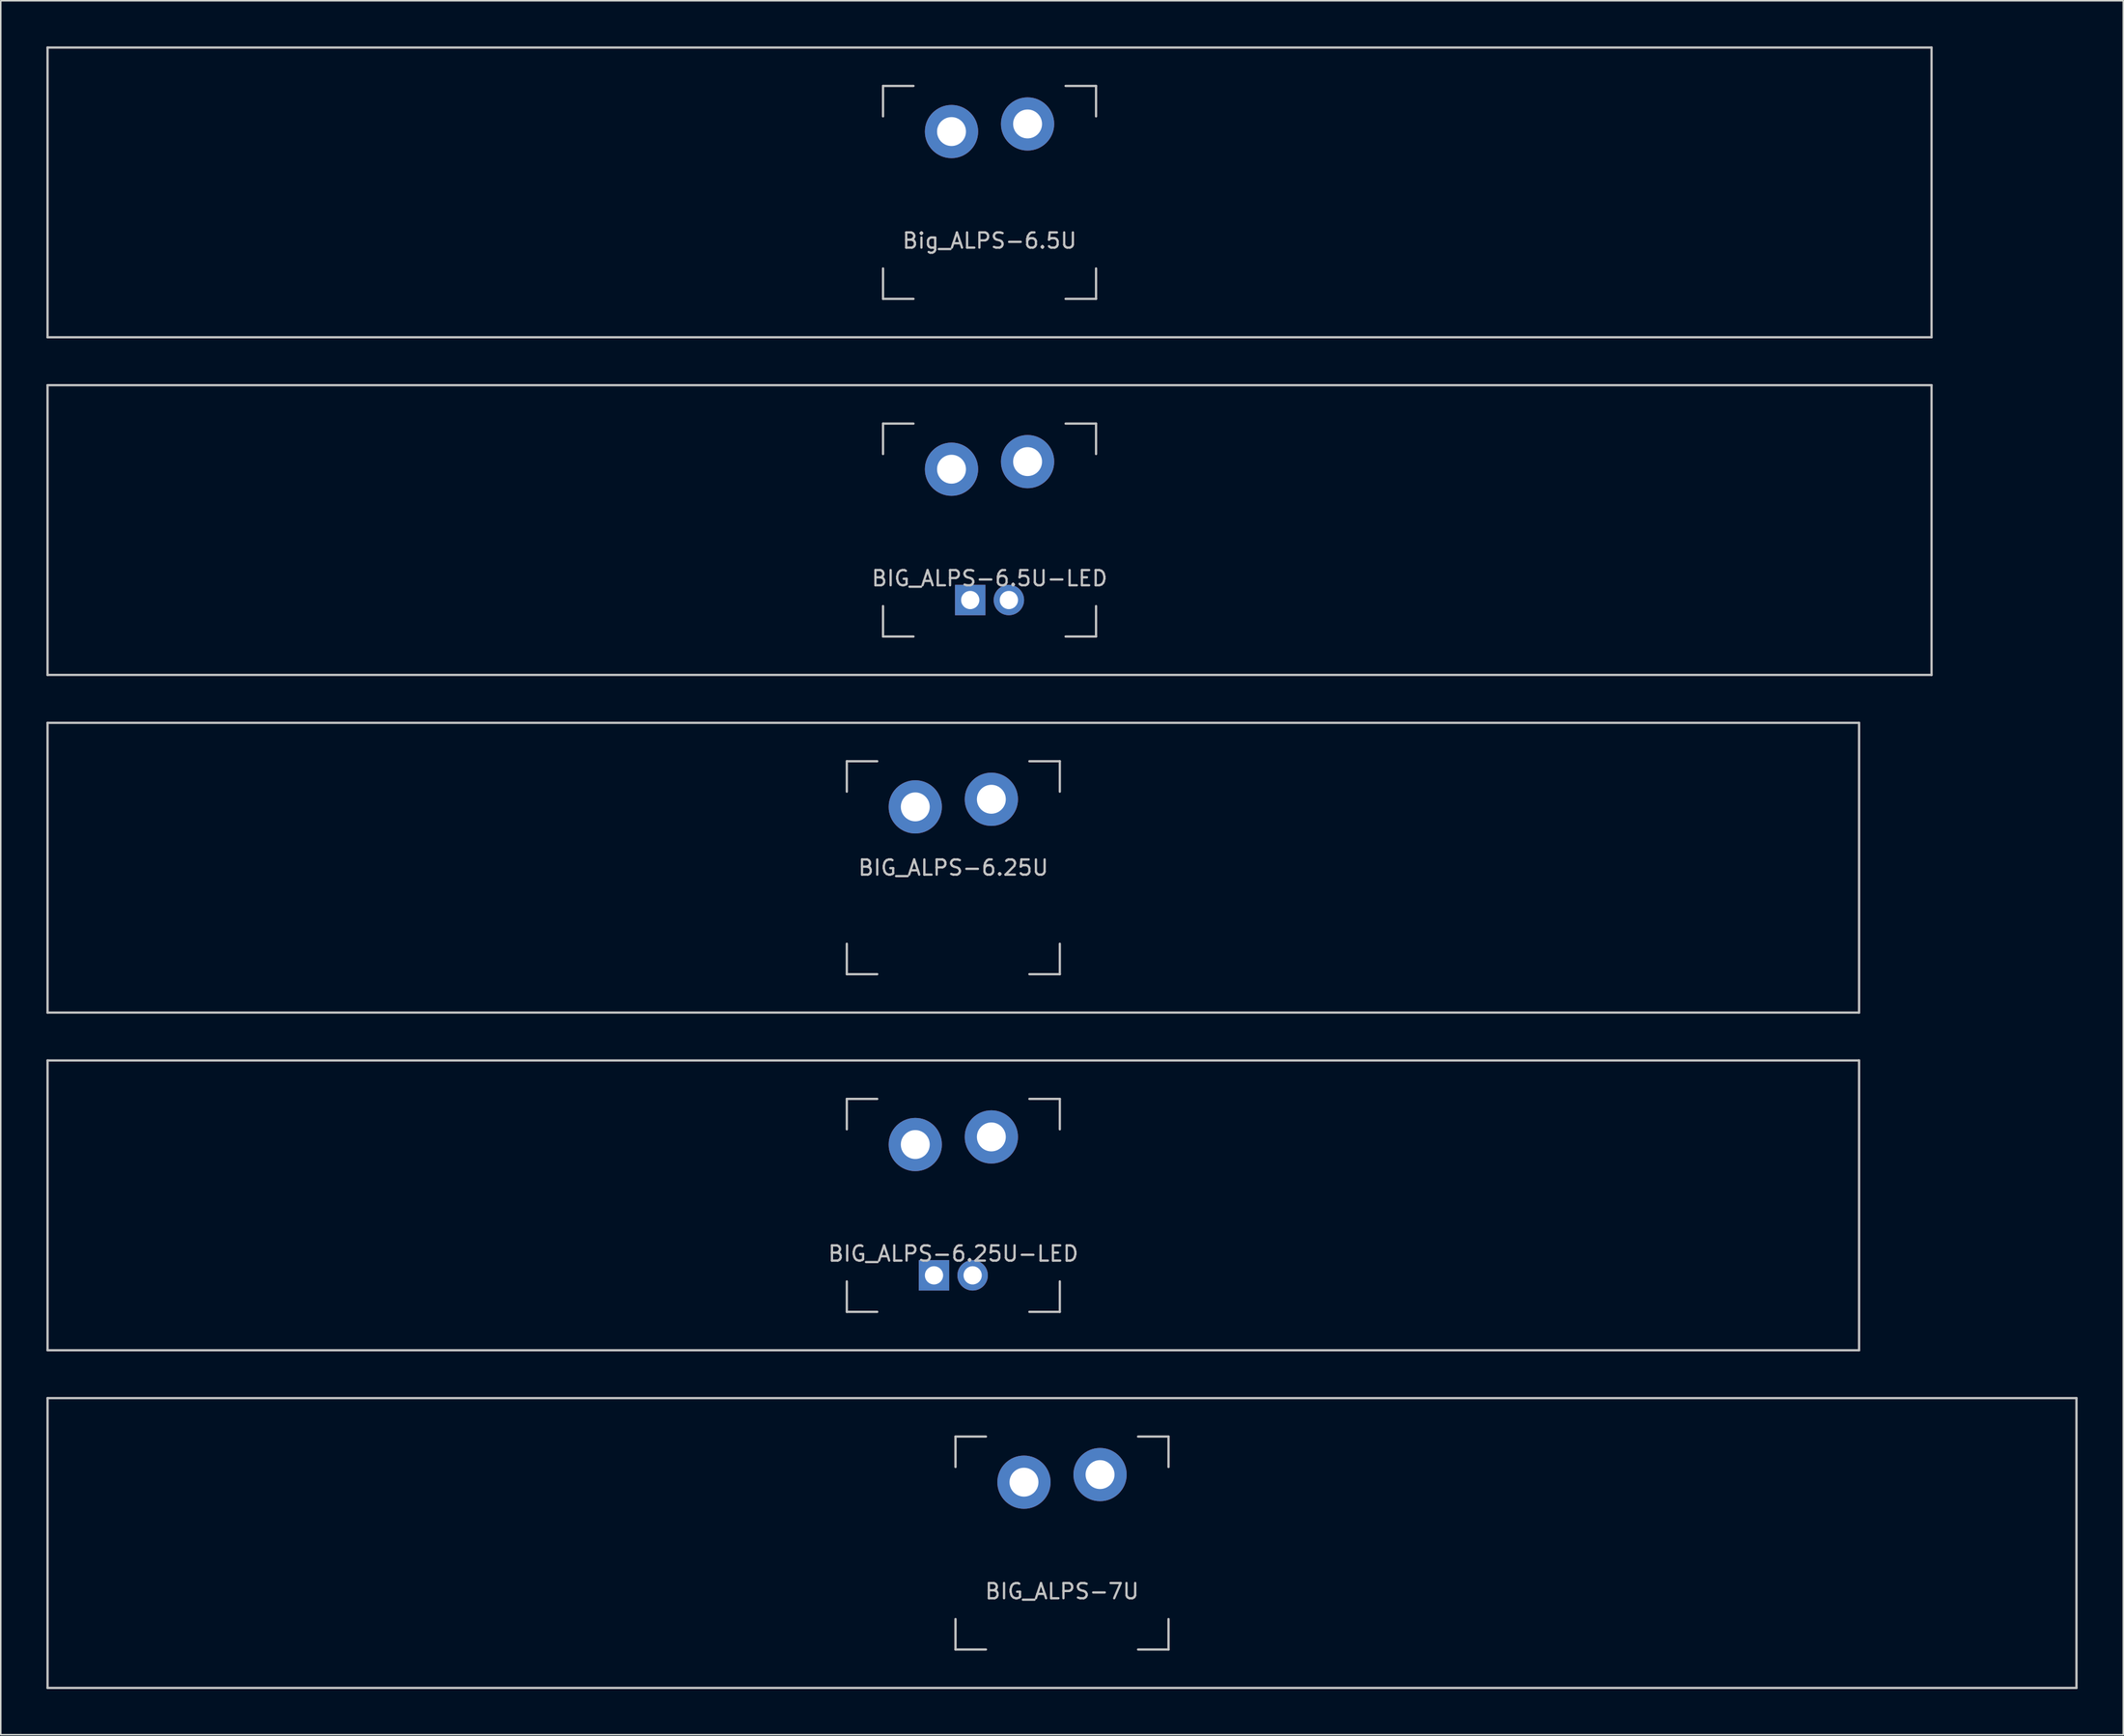
<source format=kicad_pcb>
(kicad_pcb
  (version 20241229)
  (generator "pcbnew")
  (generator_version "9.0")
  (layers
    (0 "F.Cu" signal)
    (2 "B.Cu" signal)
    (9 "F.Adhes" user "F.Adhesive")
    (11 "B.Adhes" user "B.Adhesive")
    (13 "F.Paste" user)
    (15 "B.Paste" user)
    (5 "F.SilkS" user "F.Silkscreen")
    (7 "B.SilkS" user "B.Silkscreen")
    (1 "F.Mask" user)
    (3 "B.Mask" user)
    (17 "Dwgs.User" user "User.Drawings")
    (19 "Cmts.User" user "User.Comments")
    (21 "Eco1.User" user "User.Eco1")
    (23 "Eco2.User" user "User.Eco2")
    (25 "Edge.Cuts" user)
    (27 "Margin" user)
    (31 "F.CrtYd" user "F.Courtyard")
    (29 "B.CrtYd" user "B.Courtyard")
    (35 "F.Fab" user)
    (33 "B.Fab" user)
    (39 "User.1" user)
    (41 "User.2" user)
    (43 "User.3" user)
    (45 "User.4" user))
  (footprint "BIG_ALPS-7U"
    (layer "F.Cu")
    (at 66.75 98.4)
    (property "Reference" "BIG_ALPS-7U" (at 0 3.175 0) (layer "Dwgs.User") (effects (font (size 1 1) (thickness 0.15))))
    (attr through_hole)
    (fp_line (start -66.675 -9.525) (end 66.675 -9.525) (stroke (width 0.15) (type solid)) (layer "Dwgs.User"))
    (fp_line (start -66.675 9.525) (end -66.675 -9.525) (stroke (width 0.15) (type solid)) (layer "Dwgs.User"))
    (fp_line (start -66.675 9.525) (end 66.675 9.525) (stroke (width 0.15) (type solid)) (layer "Dwgs.User"))
    (fp_line (start -7 -7) (end -7 -5) (stroke (width 0.15) (type solid)) (layer "Dwgs.User"))
    (fp_line (start -7 5) (end -7 7) (stroke (width 0.15) (type solid)) (layer "Dwgs.User"))
    (fp_line (start -7 7) (end -5 7) (stroke (width 0.15) (type solid)) (layer "Dwgs.User"))
    (fp_line (start -5 -7) (end -7 -7) (stroke (width 0.15) (type solid)) (layer "Dwgs.User"))
    (fp_line (start 5 -7) (end 7 -7) (stroke (width 0.15) (type solid)) (layer "Dwgs.User"))
    (fp_line (start 5 7) (end 7 7) (stroke (width 0.15) (type solid)) (layer "Dwgs.User"))
    (fp_line (start 7 -7) (end 7 -5) (stroke (width 0.15) (type solid)) (layer "Dwgs.User"))
    (fp_line (start 7 7) (end 7 5) (stroke (width 0.15) (type solid)) (layer "Dwgs.User"))
    (fp_line (start 66.675 -9.525) (end 66.675 9.525) (stroke (width 0.15) (type solid)) (layer "Dwgs.User"))
    (pad "1" thru_hole circle (at -2.5 -4) (size 3.5 3.5) (drill 1.9) (layers "*.Cu" "B.Mask"))
    (pad "2" thru_hole circle (at 2.5 -4.5 86.054) (size 3.5 3.5) (drill 1.9) (layers "*.Cu" "B.Mask")))
  (footprint "BIG_ALPS-6.25U-LED"
    (layer "F.Cu")
    (at 59.606 76.2)
    (property "Reference" "BIG_ALPS-6.25U-LED" (at 0 3.175 0) (layer "Dwgs.User") (effects (font (size 1 1) (thickness 0.15))))
    (attr through_hole)
    (fp_line (start -59.531 -9.525) (end 59.531 -9.525) (stroke (width 0.15) (type solid)) (layer "Dwgs.User"))
    (fp_line (start -59.531 9.525) (end -59.531 -9.525) (stroke (width 0.15) (type solid)) (layer "Dwgs.User"))
    (fp_line (start -59.531 9.525) (end 59.531 9.525) (stroke (width 0.15) (type solid)) (layer "Dwgs.User"))
    (fp_line (start -7 -7) (end -7 -5) (stroke (width 0.15) (type solid)) (layer "Dwgs.User"))
    (fp_line (start -7 5) (end -7 7) (stroke (width 0.15) (type solid)) (layer "Dwgs.User"))
    (fp_line (start -7 7) (end -5 7) (stroke (width 0.15) (type solid)) (layer "Dwgs.User"))
    (fp_line (start -5 -7) (end -7 -7) (stroke (width 0.15) (type solid)) (layer "Dwgs.User"))
    (fp_line (start 5 -7) (end 7 -7) (stroke (width 0.15) (type solid)) (layer "Dwgs.User"))
    (fp_line (start 5 7) (end 7 7) (stroke (width 0.15) (type solid)) (layer "Dwgs.User"))
    (fp_line (start 7 -7) (end 7 -5) (stroke (width 0.15) (type solid)) (layer "Dwgs.User"))
    (fp_line (start 7 7) (end 7 5) (stroke (width 0.15) (type solid)) (layer "Dwgs.User"))
    (fp_line (start 59.531 -9.525) (end 59.531 9.525) (stroke (width 0.15) (type solid)) (layer "Dwgs.User"))
    (pad "1" thru_hole circle (at -2.5 -4) (size 3.5 3.5) (drill 1.9) (layers "*.Cu" "B.Mask"))
    (pad "2" thru_hole circle (at 2.5 -4.5) (size 3.5 3.5) (drill 1.9) (layers "*.Cu" "B.Mask"))
    (pad "3" thru_hole circle (at 1.27 4.6) (size 2 2) (drill 1.2) (layers "*.Cu" "B.Mask"))
    (pad "4" thru_hole rect (at -1.27 4.6) (size 2 2) (drill 1.2) (layers "*.Cu" "B.Mask")))
  (footprint "BIG_ALPS-6.25U"
    (layer "F.Cu")
    (at 59.606 54)
    (property "Reference" "BIG_ALPS-6.25U" (at 0 0 0) (layer "Dwgs.User") (effects (font (size 1 1) (thickness 0.15))))
    (attr through_hole)
    (fp_line (start -59.531 -9.525) (end 59.531 -9.525) (stroke (width 0.15) (type solid)) (layer "Dwgs.User"))
    (fp_line (start -59.531 9.525) (end -59.531 -9.525) (stroke (width 0.15) (type solid)) (layer "Dwgs.User"))
    (fp_line (start -59.531 9.525) (end 59.531 9.525) (stroke (width 0.15) (type solid)) (layer "Dwgs.User"))
    (fp_line (start -7 -7) (end -7 -5) (stroke (width 0.15) (type solid)) (layer "Dwgs.User"))
    (fp_line (start -7 5) (end -7 7) (stroke (width 0.15) (type solid)) (layer "Dwgs.User"))
    (fp_line (start -7 7) (end -5 7) (stroke (width 0.15) (type solid)) (layer "Dwgs.User"))
    (fp_line (start -5 -7) (end -7 -7) (stroke (width 0.15) (type solid)) (layer "Dwgs.User"))
    (fp_line (start 5 -7) (end 7 -7) (stroke (width 0.15) (type solid)) (layer "Dwgs.User"))
    (fp_line (start 5 7) (end 7 7) (stroke (width 0.15) (type solid)) (layer "Dwgs.User"))
    (fp_line (start 7 -7) (end 7 -5) (stroke (width 0.15) (type solid)) (layer "Dwgs.User"))
    (fp_line (start 7 7) (end 7 5) (stroke (width 0.15) (type solid)) (layer "Dwgs.User"))
    (fp_line (start 59.531 -9.525) (end 59.531 9.525) (stroke (width 0.15) (type solid)) (layer "Dwgs.User"))
    (pad "1" thru_hole circle (at -2.5 -4) (size 3.5 3.5) (drill 1.9) (layers "*.Cu" "B.Mask"))
    (pad "2" thru_hole circle (at 2.5 -4.5) (size 3.5 3.5) (drill 1.9) (layers "*.Cu" "B.Mask")))
  (footprint "Big_ALPS-6.5U"
    (layer "F.Cu")
    (at 61.987 9.6)
    (property "Reference" "Big_ALPS-6.5U" (at 0 3.175 0) (layer "Dwgs.User") (effects (font (size 1 1) (thickness 0.15))))
    (attr through_hole)
    (fp_line (start -61.913 -9.525) (end 61.913 -9.525) (stroke (width 0.15) (type solid)) (layer "Dwgs.User"))
    (fp_line (start -61.913 9.525) (end -61.913 -9.525) (stroke (width 0.15) (type solid)) (layer "Dwgs.User"))
    (fp_line (start -61.913 9.525) (end 61.913 9.525) (stroke (width 0.15) (type solid)) (layer "Dwgs.User"))
    (fp_line (start -7 -7) (end -7 -5) (stroke (width 0.15) (type solid)) (layer "Dwgs.User"))
    (fp_line (start -7 5) (end -7 7) (stroke (width 0.15) (type solid)) (layer "Dwgs.User"))
    (fp_line (start -7 7) (end -5 7) (stroke (width 0.15) (type solid)) (layer "Dwgs.User"))
    (fp_line (start -5 -7) (end -7 -7) (stroke (width 0.15) (type solid)) (layer "Dwgs.User"))
    (fp_line (start 5 -7) (end 7 -7) (stroke (width 0.15) (type solid)) (layer "Dwgs.User"))
    (fp_line (start 5 7) (end 7 7) (stroke (width 0.15) (type solid)) (layer "Dwgs.User"))
    (fp_line (start 7 -7) (end 7 -5) (stroke (width 0.15) (type solid)) (layer "Dwgs.User"))
    (fp_line (start 7 7) (end 7 5) (stroke (width 0.15) (type solid)) (layer "Dwgs.User"))
    (fp_line (start 61.913 -9.525) (end 61.913 9.525) (stroke (width 0.15) (type solid)) (layer "Dwgs.User"))
    (pad "1" thru_hole circle (at -2.5 -4) (size 3.5 3.5) (drill 1.9) (layers "*.Cu" "B.Mask"))
    (pad "2" thru_hole circle (at 2.5 -4.5) (size 3.5 3.5) (drill 1.9) (layers "*.Cu" "B.Mask")))
  (footprint "BIG_ALPS-6.5U-LED"
    (layer "F.Cu")
    (at 61.987 31.8)
    (property "Reference" "BIG_ALPS-6.5U-LED" (at 0 3.175 0) (layer "Dwgs.User") (effects (font (size 1 1) (thickness 0.15))))
    (attr through_hole)
    (fp_line (start -61.913 -9.525) (end 61.913 -9.525) (stroke (width 0.15) (type solid)) (layer "Dwgs.User"))
    (fp_line (start -61.913 9.525) (end -61.913 -9.525) (stroke (width 0.15) (type solid)) (layer "Dwgs.User"))
    (fp_line (start -61.913 9.525) (end 61.913 9.525) (stroke (width 0.15) (type solid)) (layer "Dwgs.User"))
    (fp_line (start -7 -7) (end -7 -5) (stroke (width 0.15) (type solid)) (layer "Dwgs.User"))
    (fp_line (start -7 5) (end -7 7) (stroke (width 0.15) (type solid)) (layer "Dwgs.User"))
    (fp_line (start -7 7) (end -5 7) (stroke (width 0.15) (type solid)) (layer "Dwgs.User"))
    (fp_line (start -5 -7) (end -7 -7) (stroke (width 0.15) (type solid)) (layer "Dwgs.User"))
    (fp_line (start 5 -7) (end 7 -7) (stroke (width 0.15) (type solid)) (layer "Dwgs.User"))
    (fp_line (start 5 7) (end 7 7) (stroke (width 0.15) (type solid)) (layer "Dwgs.User"))
    (fp_line (start 7 -7) (end 7 -5) (stroke (width 0.15) (type solid)) (layer "Dwgs.User"))
    (fp_line (start 7 7) (end 7 5) (stroke (width 0.15) (type solid)) (layer "Dwgs.User"))
    (fp_line (start 61.913 -9.525) (end 61.913 9.525) (stroke (width 0.15) (type solid)) (layer "Dwgs.User"))
    (pad "1" thru_hole circle (at -2.5 -4) (size 3.5 3.5) (drill 1.9) (layers "*.Cu" "B.Mask"))
    (pad "2" thru_hole circle (at 2.5 -4.5) (size 3.5 3.5) (drill 1.9) (layers "*.Cu" "B.Mask"))
    (pad "3" thru_hole circle (at 1.27 4.6) (size 2 2) (drill 1.2) (layers "*.Cu" "B.Mask"))
    (pad "4" thru_hole rect (at -1.27 4.6) (size 2 2) (drill 1.2) (layers "*.Cu" "B.Mask")))
  (gr_rect
    (start -3 -3)
    (end 136.5 111)
    (stroke (width 0.1) (type default))
    (fill no)
    (layer "Edge.Cuts")))
</source>
